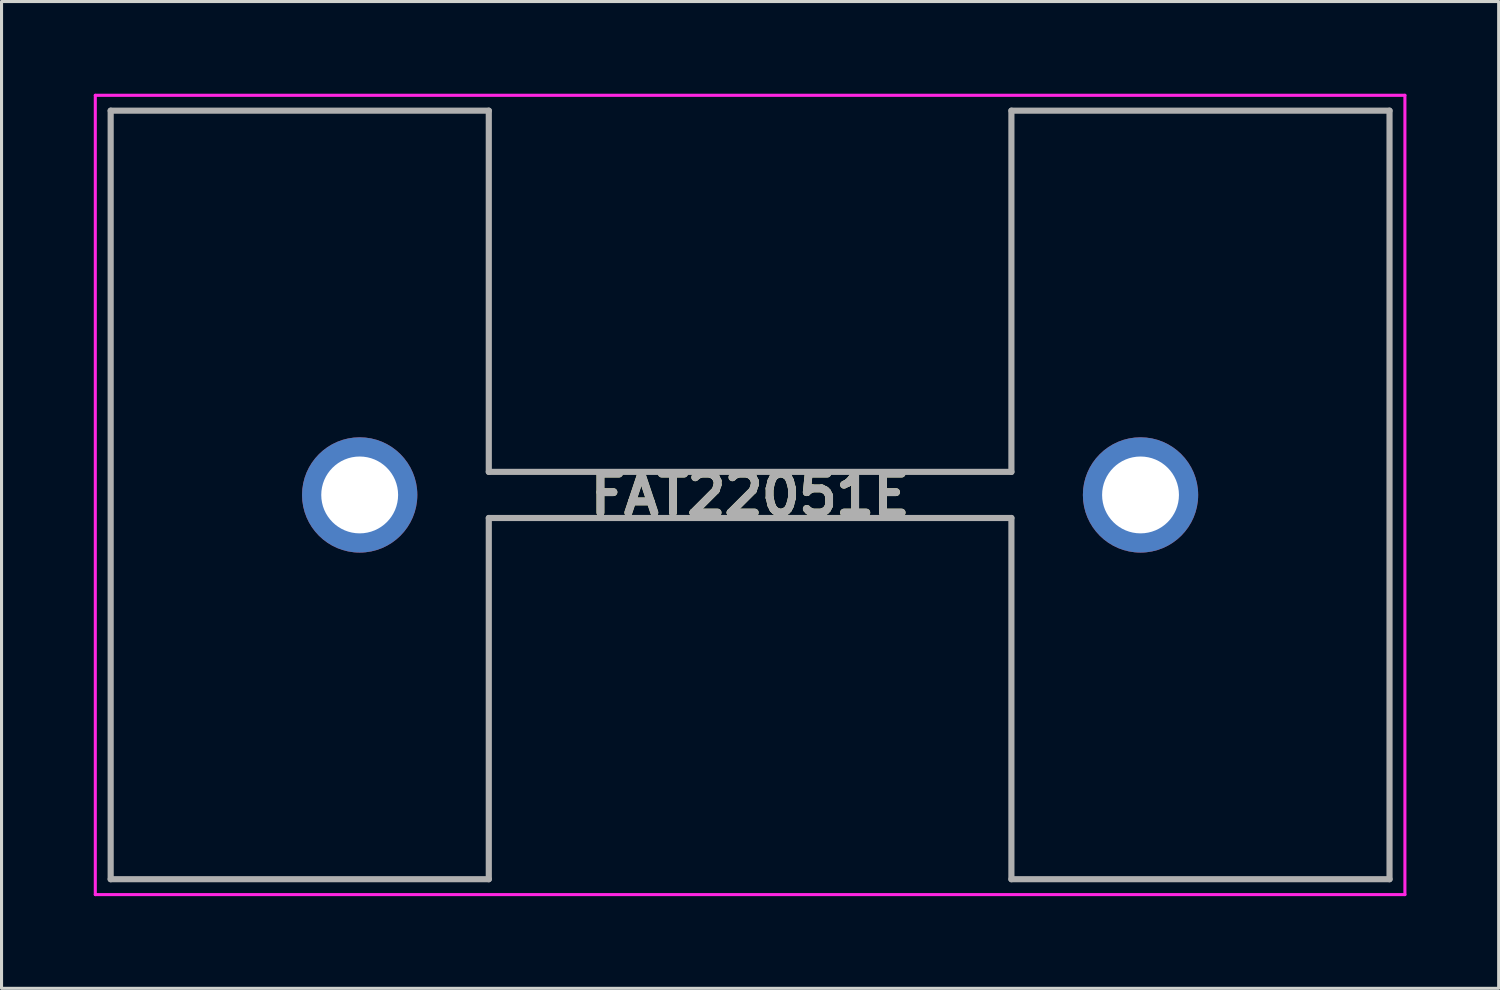
<source format=kicad_pcb>
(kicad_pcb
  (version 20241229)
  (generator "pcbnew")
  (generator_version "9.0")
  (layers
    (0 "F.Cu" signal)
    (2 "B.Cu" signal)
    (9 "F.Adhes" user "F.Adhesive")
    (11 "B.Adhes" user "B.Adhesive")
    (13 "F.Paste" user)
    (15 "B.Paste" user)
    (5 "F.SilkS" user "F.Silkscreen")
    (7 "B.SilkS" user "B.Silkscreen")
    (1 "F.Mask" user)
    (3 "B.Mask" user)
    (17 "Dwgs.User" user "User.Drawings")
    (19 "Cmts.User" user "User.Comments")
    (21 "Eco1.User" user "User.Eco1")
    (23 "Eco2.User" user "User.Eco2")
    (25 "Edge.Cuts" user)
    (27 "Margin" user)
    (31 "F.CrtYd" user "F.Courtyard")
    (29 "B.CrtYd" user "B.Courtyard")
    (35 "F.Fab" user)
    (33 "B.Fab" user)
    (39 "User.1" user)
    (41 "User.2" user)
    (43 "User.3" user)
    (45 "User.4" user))
  (footprint "FAT22051E"
    (layer "F.Cu")
    (at 8.65 13.05)
    (property "Reference" "FAT22051E" (at 12.7 0 0) (layer "F.SilkS") (effects (font (size 1.27 1.27) (thickness 0.254))))
    (attr through_hole)
    (fp_line (start -8.1 -12.5) (end 4.2 -12.5) (stroke (width 0.1) (type solid)) (layer "F.SilkS"))
    (fp_line (start -8.1 12.5) (end -8.1 -12.5) (stroke (width 0.1) (type solid)) (layer "F.SilkS"))
    (fp_line (start 4.2 -12.5) (end 4.2 -0.75) (stroke (width 0.1) (type solid)) (layer "F.SilkS"))
    (fp_line (start 4.2 -0.75) (end 21.2 -0.75) (stroke (width 0.1) (type solid)) (layer "F.SilkS"))
    (fp_line (start 4.2 0.75) (end 4.2 12.5) (stroke (width 0.1) (type solid)) (layer "F.SilkS"))
    (fp_line (start 4.2 12.5) (end -8.1 12.5) (stroke (width 0.1) (type solid)) (layer "F.SilkS"))
    (fp_line (start 21.2 -12.5) (end 33.5 -12.5) (stroke (width 0.1) (type solid)) (layer "F.SilkS"))
    (fp_line (start 21.2 -0.75) (end 21.2 -12.5) (stroke (width 0.1) (type solid)) (layer "F.SilkS"))
    (fp_line (start 21.2 0.75) (end 4.2 0.75) (stroke (width 0.1) (type solid)) (layer "F.SilkS"))
    (fp_line (start 21.2 12.5) (end 21.2 0.75) (stroke (width 0.1) (type solid)) (layer "F.SilkS"))
    (fp_line (start 33.5 -12.5) (end 33.5 12.5) (stroke (width 0.1) (type solid)) (layer "F.SilkS"))
    (fp_line (start 33.5 12.5) (end 21.2 12.5) (stroke (width 0.1) (type solid)) (layer "F.SilkS"))
    (fp_line (start -8.6 -13) (end 34 -13) (stroke (width 0.1) (type solid)) (layer "F.CrtYd"))
    (fp_line (start -8.6 13) (end -8.6 -13) (stroke (width 0.1) (type solid)) (layer "F.CrtYd"))
    (fp_line (start 34 -13) (end 34 13) (stroke (width 0.1) (type solid)) (layer "F.CrtYd"))
    (fp_line (start 34 13) (end -8.6 13) (stroke (width 0.1) (type solid)) (layer "F.CrtYd"))
    (fp_line (start -8.1 -12.5) (end 4.2 -12.5) (stroke (width 0.2) (type solid)) (layer "F.Fab"))
    (fp_line (start -8.1 12.5) (end -8.1 -12.5) (stroke (width 0.2) (type solid)) (layer "F.Fab"))
    (fp_line (start 4.2 -12.5) (end 4.2 -0.75) (stroke (width 0.2) (type solid)) (layer "F.Fab"))
    (fp_line (start 4.2 -0.75) (end 21.2 -0.75) (stroke (width 0.2) (type solid)) (layer "F.Fab"))
    (fp_line (start 4.2 0.75) (end 4.2 12.5) (stroke (width 0.2) (type solid)) (layer "F.Fab"))
    (fp_line (start 4.2 12.5) (end -8.1 12.5) (stroke (width 0.2) (type solid)) (layer "F.Fab"))
    (fp_line (start 21.2 -12.5) (end 33.5 -12.5) (stroke (width 0.2) (type solid)) (layer "F.Fab"))
    (fp_line (start 21.2 -0.75) (end 21.2 -12.5) (stroke (width 0.2) (type solid)) (layer "F.Fab"))
    (fp_line (start 21.2 0.75) (end 4.2 0.75) (stroke (width 0.2) (type solid)) (layer "F.Fab"))
    (fp_line (start 21.2 12.5) (end 21.2 0.75) (stroke (width 0.2) (type solid)) (layer "F.Fab"))
    (fp_line (start 33.5 -12.5) (end 33.5 12.5) (stroke (width 0.2) (type solid)) (layer "F.Fab"))
    (fp_line (start 33.5 12.5) (end 21.2 12.5) (stroke (width 0.2) (type solid)) (layer "F.Fab"))
    (fp_text user "${REFERENCE}" (at 12.7 0 0) (layer "F.Fab") (effects (font (size 1.27 1.27) (thickness 0.254))))
    (pad "1" thru_hole circle (at 0 0) (size 3.75 3.75) (drill 2.5) (layers "*.Cu" "*.Mask"))
    (pad "2" thru_hole circle (at 25.4 0) (size 3.75 3.75) (drill 2.5) (layers "*.Cu" "*.Mask")))
  (gr_rect
    (start -3 -3)
    (end 45.7 29.1)
    (stroke (width 0.1) (type default))
    (fill no)
    (layer "Edge.Cuts")))
</source>
